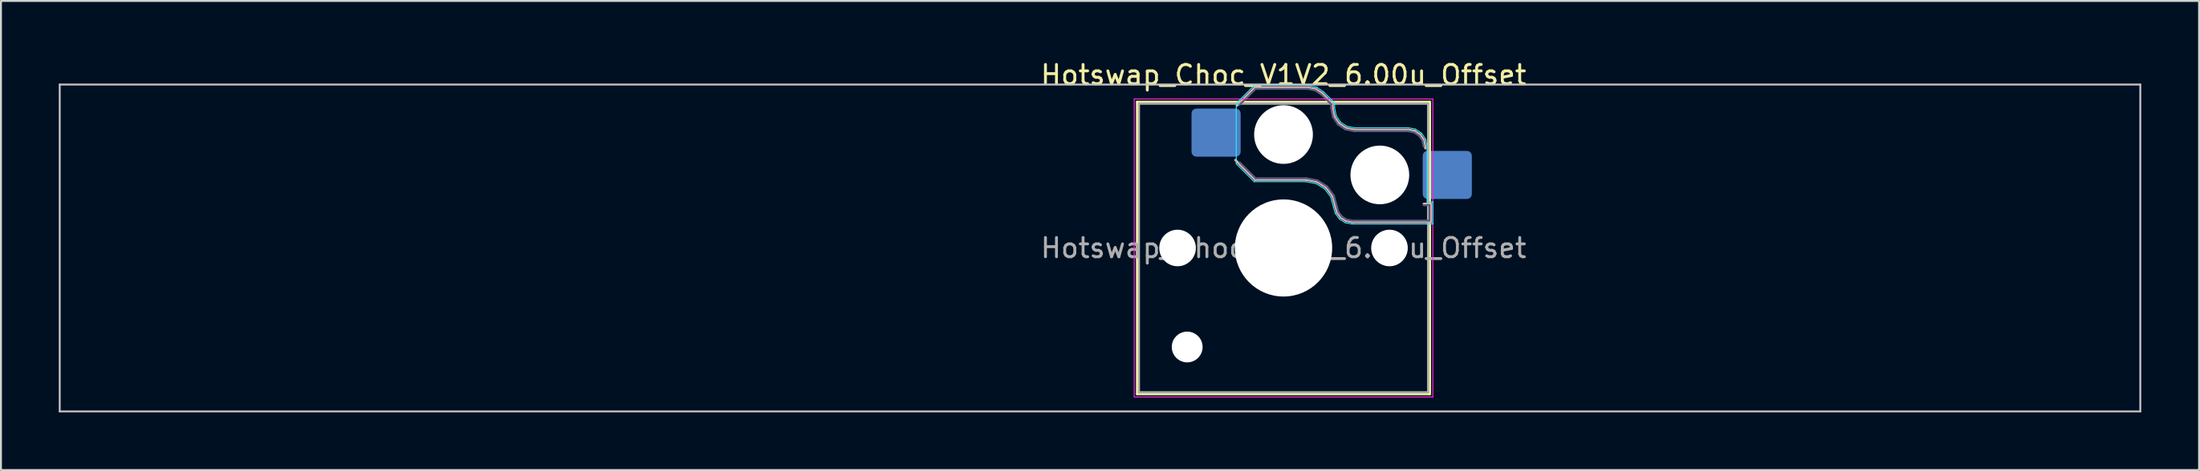
<source format=kicad_pcb>
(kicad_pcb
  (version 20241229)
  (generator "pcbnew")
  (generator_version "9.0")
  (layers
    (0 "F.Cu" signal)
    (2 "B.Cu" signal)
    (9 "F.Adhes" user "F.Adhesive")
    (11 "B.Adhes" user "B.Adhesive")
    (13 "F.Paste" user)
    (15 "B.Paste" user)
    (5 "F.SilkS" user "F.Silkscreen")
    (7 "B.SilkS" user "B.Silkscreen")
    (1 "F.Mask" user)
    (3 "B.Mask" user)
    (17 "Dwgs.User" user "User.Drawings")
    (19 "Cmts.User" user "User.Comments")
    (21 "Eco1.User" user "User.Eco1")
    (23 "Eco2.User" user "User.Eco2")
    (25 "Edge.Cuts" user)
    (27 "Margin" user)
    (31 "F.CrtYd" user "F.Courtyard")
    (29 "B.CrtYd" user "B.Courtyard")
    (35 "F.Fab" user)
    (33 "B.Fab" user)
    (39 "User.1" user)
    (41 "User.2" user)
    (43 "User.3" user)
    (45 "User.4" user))
  (footprint "Hotswap_Choc_V1V2_6.00u_Offset"
    (layer "F.Cu")
    (at 63.575 9.848)
    (property "Reference" "Hotswap_Choc_V1V2_6.00u_Offset" (at 0 -9 0) (layer "F.SilkS") (effects (font (size 1 1) (thickness 0.15))))
    (attr smd)
    (fp_line (start -7.6 -7.6) (end -7.6 7.6) (stroke (width 0.12) (type solid)) (layer "F.SilkS"))
    (fp_line (start -7.6 7.6) (end 7.6 7.6) (stroke (width 0.12) (type solid)) (layer "F.SilkS"))
    (fp_line (start 7.6 -7.6) (end -7.6 -7.6) (stroke (width 0.12) (type solid)) (layer "F.SilkS"))
    (fp_line (start 7.6 7.6) (end 7.6 -7.6) (stroke (width 0.12) (type solid)) (layer "F.SilkS"))
    (fp_line (start -2.416 -7.409) (end -1.479 -8.346) (stroke (width 0.12) (type solid)) (layer "B.SilkS"))
    (fp_line (start -1.479 -8.346) (end 1.268 -8.346) (stroke (width 0.12) (type solid)) (layer "B.SilkS"))
    (fp_line (start -1.479 -3.554) (end -2.5 -4.575) (stroke (width 0.12) (type solid)) (layer "B.SilkS"))
    (fp_line (start 1.168 -3.554) (end -1.479 -3.554) (stroke (width 0.12) (type solid)) (layer "B.SilkS"))
    (fp_line (start 1.268 -8.346) (end 1.671 -8.266) (stroke (width 0.12) (type solid)) (layer "B.SilkS"))
    (fp_line (start 1.671 -8.266) (end 2.013 -8.037) (stroke (width 0.12) (type solid)) (layer "B.SilkS"))
    (fp_line (start 1.73 -3.449) (end 1.168 -3.554) (stroke (width 0.12) (type solid)) (layer "B.SilkS"))
    (fp_line (start 2.013 -8.037) (end 2.546 -7.504) (stroke (width 0.12) (type solid)) (layer "B.SilkS"))
    (fp_line (start 2.209 -3.15) (end 1.73 -3.449) (stroke (width 0.12) (type solid)) (layer "B.SilkS"))
    (fp_line (start 2.546 -7.504) (end 2.546 -7.282) (stroke (width 0.12) (type solid)) (layer "B.SilkS"))
    (fp_line (start 2.546 -7.282) (end 2.633 -6.844) (stroke (width 0.12) (type solid)) (layer "B.SilkS"))
    (fp_line (start 2.547 -2.697) (end 2.209 -3.15) (stroke (width 0.12) (type solid)) (layer "B.SilkS"))
    (fp_line (start 2.633 -6.844) (end 2.877 -6.477) (stroke (width 0.12) (type solid)) (layer "B.SilkS"))
    (fp_line (start 2.701 -2.139) (end 2.547 -2.697) (stroke (width 0.12) (type solid)) (layer "B.SilkS"))
    (fp_line (start 2.783 -1.841) (end 2.701 -2.139) (stroke (width 0.12) (type solid)) (layer "B.SilkS"))
    (fp_line (start 2.877 -6.477) (end 3.244 -6.233) (stroke (width 0.12) (type solid)) (layer "B.SilkS"))
    (fp_line (start 2.976 -1.583) (end 2.783 -1.841) (stroke (width 0.12) (type solid)) (layer "B.SilkS"))
    (fp_line (start 3.244 -6.233) (end 3.682 -6.146) (stroke (width 0.12) (type solid)) (layer "B.SilkS"))
    (fp_line (start 3.25 -1.413) (end 2.976 -1.583) (stroke (width 0.12) (type solid)) (layer "B.SilkS"))
    (fp_line (start 3.56 -1.354) (end 3.25 -1.413) (stroke (width 0.12) (type solid)) (layer "B.SilkS"))
    (fp_line (start 3.682 -6.146) (end 6.482 -6.146) (stroke (width 0.12) (type solid)) (layer "B.SilkS"))
    (fp_line (start 6.482 -6.146) (end 6.809 -6.081) (stroke (width 0.12) (type solid)) (layer "B.SilkS"))
    (fp_line (start 6.809 -6.081) (end 7.092 -5.892) (stroke (width 0.12) (type solid)) (layer "B.SilkS"))
    (fp_line (start 7.092 -5.892) (end 7.281 -5.609) (stroke (width 0.12) (type solid)) (layer "B.SilkS"))
    (fp_line (start 7.281 -5.609) (end 7.366 -5.182) (stroke (width 0.12) (type solid)) (layer "B.SilkS"))
    (fp_line (start 7.283 -2.296) (end 7.646 -2.296) (stroke (width 0.12) (type solid)) (layer "B.SilkS"))
    (fp_line (start 7.646 -2.296) (end 7.646 -1.354) (stroke (width 0.12) (type solid)) (layer "B.SilkS"))
    (fp_line (start 7.646 -1.354) (end 3.56 -1.354) (stroke (width 0.12) (type solid)) (layer "B.SilkS"))
    (fp_line (start -63.525 -8.5) (end -63.525 8.5) (stroke (width 0.1) (type solid)) (layer "Dwgs.User"))
    (fp_line (start -63.525 8.5) (end 44.475 8.5) (stroke (width 0.1) (type solid)) (layer "Dwgs.User"))
    (fp_line (start 44.475 -8.5) (end -63.525 -8.5) (stroke (width 0.1) (type solid)) (layer "Dwgs.User"))
    (fp_line (start 44.475 8.5) (end 44.475 -8.5) (stroke (width 0.1) (type solid)) (layer "Dwgs.User"))
    (fp_line (start -7.25 -7.25) (end -7.25 7.25) (stroke (width 0.1) (type solid)) (layer "Eco1.User"))
    (fp_line (start -7.25 7.25) (end 7.25 7.25) (stroke (width 0.1) (type solid)) (layer "Eco1.User"))
    (fp_line (start 7.25 -7.25) (end -7.25 -7.25) (stroke (width 0.1) (type solid)) (layer "Eco1.User"))
    (fp_line (start 7.25 7.25) (end 7.25 -7.25) (stroke (width 0.1) (type solid)) (layer "Eco1.User"))
    (fp_line (start -2.452 -7.523) (end -1.523 -8.452) (stroke (width 0.05) (type solid)) (layer "B.CrtYd"))
    (fp_line (start -2.452 -4.377) (end -2.452 -7.523) (stroke (width 0.05) (type solid)) (layer "B.CrtYd"))
    (fp_line (start -1.523 -8.452) (end 1.278 -8.452) (stroke (width 0.05) (type solid)) (layer "B.CrtYd"))
    (fp_line (start -1.523 -3.448) (end -2.452 -4.377) (stroke (width 0.05) (type solid)) (layer "B.CrtYd"))
    (fp_line (start 1.159 -3.448) (end -1.523 -3.448) (stroke (width 0.05) (type solid)) (layer "B.CrtYd"))
    (fp_line (start 1.278 -8.452) (end 1.712 -8.366) (stroke (width 0.05) (type solid)) (layer "B.CrtYd"))
    (fp_line (start 1.691 -3.348) (end 1.159 -3.448) (stroke (width 0.05) (type solid)) (layer "B.CrtYd"))
    (fp_line (start 1.712 -8.366) (end 2.081 -8.119) (stroke (width 0.05) (type solid)) (layer "B.CrtYd"))
    (fp_line (start 2.081 -8.119) (end 2.652 -7.548) (stroke (width 0.05) (type solid)) (layer "B.CrtYd"))
    (fp_line (start 2.136 -3.071) (end 1.691 -3.348) (stroke (width 0.05) (type solid)) (layer "B.CrtYd"))
    (fp_line (start 2.45 -2.65) (end 2.136 -3.071) (stroke (width 0.05) (type solid)) (layer "B.CrtYd"))
    (fp_line (start 2.599 -2.111) (end 2.45 -2.65) (stroke (width 0.05) (type solid)) (layer "B.CrtYd"))
    (fp_line (start 2.652 -7.548) (end 2.652 -7.292) (stroke (width 0.05) (type solid)) (layer "B.CrtYd"))
    (fp_line (start 2.652 -7.292) (end 2.733 -6.885) (stroke (width 0.05) (type solid)) (layer "B.CrtYd"))
    (fp_line (start 2.687 -1.794) (end 2.599 -2.111) (stroke (width 0.05) (type solid)) (layer "B.CrtYd"))
    (fp_line (start 2.733 -6.885) (end 2.953 -6.553) (stroke (width 0.05) (type solid)) (layer "B.CrtYd"))
    (fp_line (start 2.903 -1.503) (end 2.687 -1.794) (stroke (width 0.05) (type solid)) (layer "B.CrtYd"))
    (fp_line (start 2.953 -6.553) (end 3.285 -6.333) (stroke (width 0.05) (type solid)) (layer "B.CrtYd"))
    (fp_line (start 3.211 -1.312) (end 2.903 -1.503) (stroke (width 0.05) (type solid)) (layer "B.CrtYd"))
    (fp_line (start 3.285 -6.333) (end 3.692 -6.252) (stroke (width 0.05) (type solid)) (layer "B.CrtYd"))
    (fp_line (start 3.55 -1.248) (end 3.211 -1.312) (stroke (width 0.05) (type solid)) (layer "B.CrtYd"))
    (fp_line (start 3.692 -6.252) (end 6.492 -6.252) (stroke (width 0.05) (type solid)) (layer "B.CrtYd"))
    (fp_line (start 6.492 -6.252) (end 6.85 -6.181) (stroke (width 0.05) (type solid)) (layer "B.CrtYd"))
    (fp_line (start 6.85 -6.181) (end 7.168 -5.968) (stroke (width 0.05) (type solid)) (layer "B.CrtYd"))
    (fp_line (start 7.168 -5.968) (end 7.381 -5.65) (stroke (width 0.05) (type solid)) (layer "B.CrtYd"))
    (fp_line (start 7.381 -5.65) (end 7.452 -5.292) (stroke (width 0.05) (type solid)) (layer "B.CrtYd"))
    (fp_line (start 7.452 -5.292) (end 7.452 -2.402) (stroke (width 0.05) (type solid)) (layer "B.CrtYd"))
    (fp_line (start 7.452 -2.402) (end 7.752 -2.402) (stroke (width 0.05) (type solid)) (layer "B.CrtYd"))
    (fp_line (start 7.752 -2.402) (end 7.752 -1.248) (stroke (width 0.05) (type solid)) (layer "B.CrtYd"))
    (fp_line (start 7.752 -1.248) (end 3.55 -1.248) (stroke (width 0.05) (type solid)) (layer "B.CrtYd"))
    (fp_line (start -7.75 -7.75) (end -7.75 7.75) (stroke (width 0.05) (type solid)) (layer "F.CrtYd"))
    (fp_line (start -7.75 7.75) (end 7.75 7.75) (stroke (width 0.05) (type solid)) (layer "F.CrtYd"))
    (fp_line (start 7.75 -7.75) (end -7.75 -7.75) (stroke (width 0.05) (type solid)) (layer "F.CrtYd"))
    (fp_line (start 7.75 7.75) (end 7.75 -7.75) (stroke (width 0.05) (type solid)) (layer "F.CrtYd"))
    (fp_line (start -2.275 -7.45) (end -1.45 -8.275) (stroke (width 0.1) (type solid)) (layer "B.Fab"))
    (fp_line (start -1.45 -8.275) (end 1.261 -8.275) (stroke (width 0.1) (type solid)) (layer "B.Fab"))
    (fp_line (start -1.45 -3.625) (end -2.275 -4.45) (stroke (width 0.1) (type solid)) (layer "B.Fab"))
    (fp_line (start 1.175 -3.625) (end -1.45 -3.625) (stroke (width 0.1) (type solid)) (layer "B.Fab"))
    (fp_line (start 1.261 -8.275) (end 1.643 -8.199) (stroke (width 0.1) (type solid)) (layer "B.Fab"))
    (fp_line (start 1.643 -8.199) (end 1.968 -7.982) (stroke (width 0.1) (type solid)) (layer "B.Fab"))
    (fp_line (start 1.756 -3.516) (end 1.175 -3.625) (stroke (width 0.1) (type solid)) (layer "B.Fab"))
    (fp_line (start 1.968 -7.982) (end 2.475 -7.475) (stroke (width 0.1) (type solid)) (layer "B.Fab"))
    (fp_line (start 2.258 -3.203) (end 1.756 -3.516) (stroke (width 0.1) (type solid)) (layer "B.Fab"))
    (fp_line (start 2.475 -7.475) (end 2.475 -7.275) (stroke (width 0.1) (type solid)) (layer "B.Fab"))
    (fp_line (start 2.475 -7.275) (end 2.566 -6.816) (stroke (width 0.1) (type solid)) (layer "B.Fab"))
    (fp_line (start 2.566 -6.816) (end 2.826 -6.426) (stroke (width 0.1) (type solid)) (layer "B.Fab"))
    (fp_line (start 2.612 -2.729) (end 2.258 -3.203) (stroke (width 0.1) (type solid)) (layer "B.Fab"))
    (fp_line (start 2.769 -2.158) (end 2.612 -2.729) (stroke (width 0.1) (type solid)) (layer "B.Fab"))
    (fp_line (start 2.826 -6.426) (end 3.216 -6.166) (stroke (width 0.1) (type solid)) (layer "B.Fab"))
    (fp_line (start 2.848 -1.873) (end 2.769 -2.158) (stroke (width 0.1) (type solid)) (layer "B.Fab"))
    (fp_line (start 3.025 -1.636) (end 2.848 -1.873) (stroke (width 0.1) (type solid)) (layer "B.Fab"))
    (fp_line (start 3.216 -6.166) (end 3.675 -6.075) (stroke (width 0.1) (type solid)) (layer "B.Fab"))
    (fp_line (start 3.276 -1.48) (end 3.025 -1.636) (stroke (width 0.1) (type solid)) (layer "B.Fab"))
    (fp_line (start 3.567 -1.425) (end 3.276 -1.48) (stroke (width 0.1) (type solid)) (layer "B.Fab"))
    (fp_line (start 3.675 -6.075) (end 6.475 -6.075) (stroke (width 0.1) (type solid)) (layer "B.Fab"))
    (fp_line (start 6.475 -6.075) (end 6.781 -6.014) (stroke (width 0.1) (type solid)) (layer "B.Fab"))
    (fp_line (start 6.781 -6.014) (end 7.041 -5.841) (stroke (width 0.1) (type solid)) (layer "B.Fab"))
    (fp_line (start 7.041 -5.841) (end 7.214 -5.581) (stroke (width 0.1) (type solid)) (layer "B.Fab"))
    (fp_line (start 7.214 -5.581) (end 7.275 -5.275) (stroke (width 0.1) (type solid)) (layer "B.Fab"))
    (fp_line (start 7.275 -2.225) (end 7.575 -2.225) (stroke (width 0.1) (type solid)) (layer "B.Fab"))
    (fp_line (start 7.575 -2.225) (end 7.575 -1.425) (stroke (width 0.1) (type solid)) (layer "B.Fab"))
    (fp_line (start 7.575 -1.425) (end 3.567 -1.425) (stroke (width 0.1) (type solid)) (layer "B.Fab"))
    (fp_line (start -7.5 -7.5) (end -7.5 7.5) (stroke (width 0.1) (type solid)) (layer "F.Fab"))
    (fp_line (start -7.5 7.5) (end 7.5 7.5) (stroke (width 0.1) (type solid)) (layer "F.Fab"))
    (fp_line (start 7.5 -7.5) (end -7.5 -7.5) (stroke (width 0.1) (type solid)) (layer "F.Fab"))
    (fp_line (start 7.5 7.5) (end 7.5 -7.5) (stroke (width 0.1) (type solid)) (layer "F.Fab"))
    (fp_text user "${REFERENCE}" (at 0 0 0) (layer "F.Fab") (effects (font (size 1 1) (thickness 0.15))))
    (pad "" np_thru_hole circle (at -5.5 0) (size 1.9 1.9) (drill 1.9) (layers "*.Cu" "*.Mask"))
    (pad "" np_thru_hole circle (at -5 5.15) (size 1.6 1.6) (drill 1.6) (layers "*.Cu" "*.Mask"))
    (pad "" np_thru_hole circle (at 0 -5.9) (size 3.05 3.05) (drill 3.05) (layers "*.Cu" "*.Mask"))
    (pad "" np_thru_hole circle (at 0 0) (size 5.05 5.05) (drill 5.05) (layers "*.Cu" "*.Mask"))
    (pad "" np_thru_hole circle (at 5 -3.8) (size 3.05 3.05) (drill 3.05) (layers "*.Cu" "*.Mask"))
    (pad "" np_thru_hole circle (at 5.5 0) (size 1.9 1.9) (drill 1.9) (layers "*.Cu" "*.Mask"))
    (pad "1" smd roundrect (at -3.5 -6) (size 2.55 2.5) (layers "B.Cu" "B.Mask" "B.Paste") (roundrect_rratio 0.1))
    (pad "2" smd roundrect (at 8.5 -3.8) (size 2.55 2.5) (layers "B.Cu" "B.Mask" "B.Paste") (roundrect_rratio 0.1)))
  (gr_rect
    (start -3 -3)
    (end 111.1 21.398)
    (stroke (width 0.1) (type default))
    (fill no)
    (layer "Edge.Cuts")))
</source>
